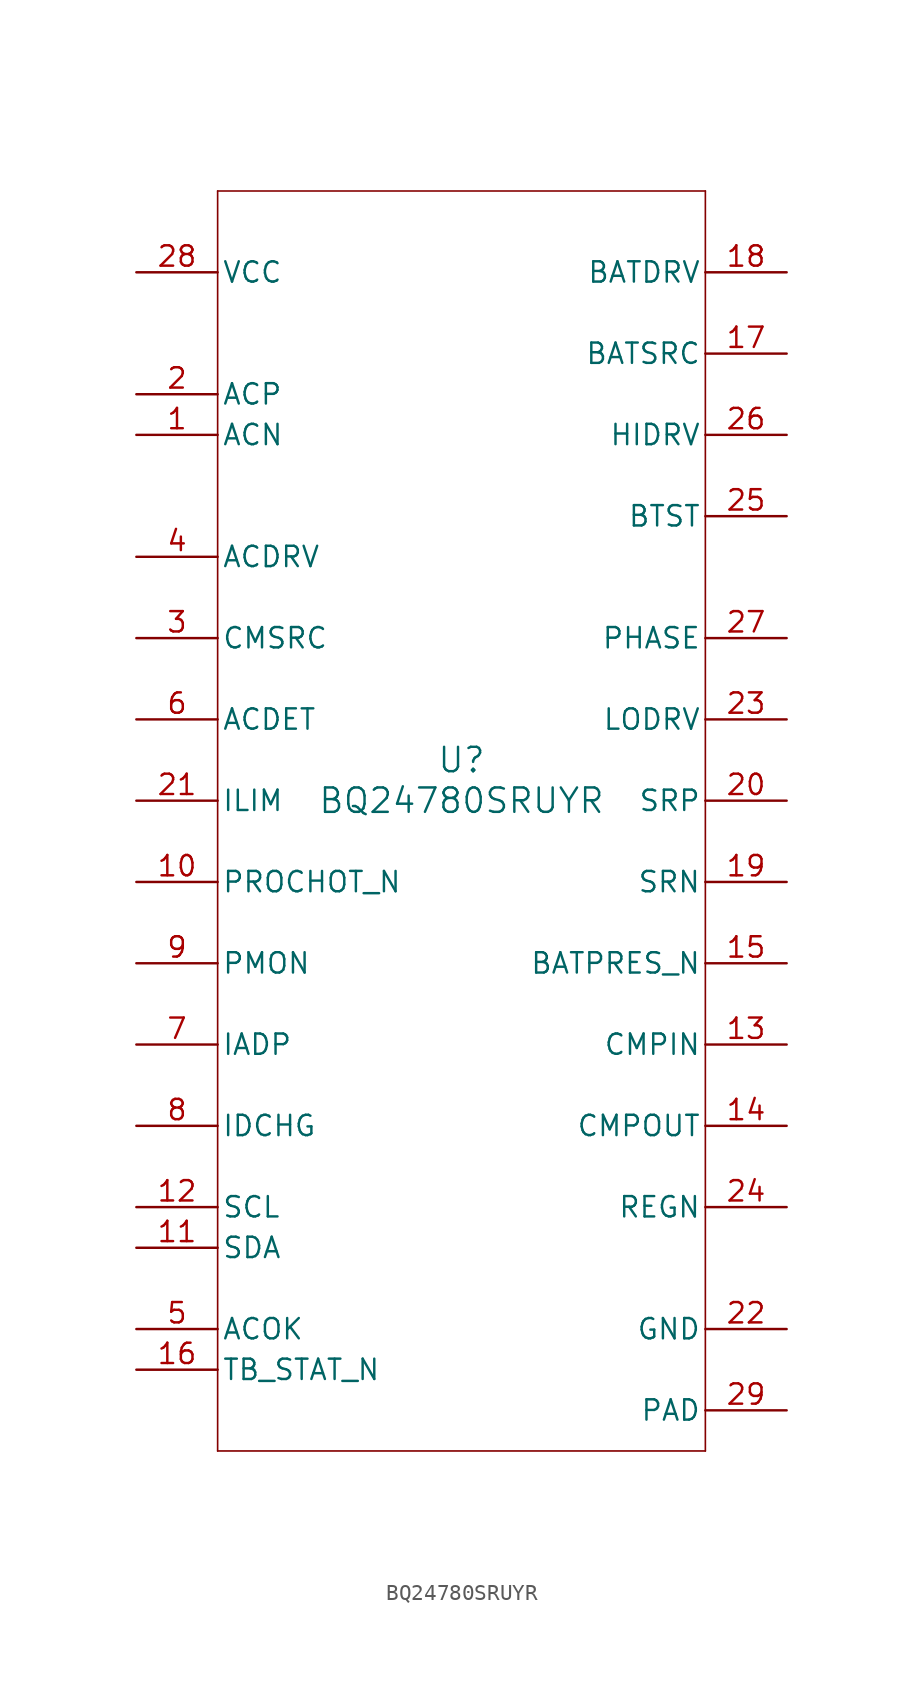
<source format=kicad_sym>
(kicad_symbol_lib
  (version 20241209)
  (generator "kicad_symbol_editor")
  (generator_version "9.0")
  (symbol "BQ24780SRUYR"
    (pin_names
      (offset 0.254))
    (property "Reference" "U"
      (at 0 2.54 0)
      (effects (font (size 1.524 1.524))))
    (property "Value" "BQ24780SRUYR"
      (at 0 0 0)
      (effects (font (size 1.524 1.524))))
    (property "ki_locked" ""
      (at 0 0 0)
      (effects (font (size 1.27 1.27))))
    (symbol "BQ24780SRUYR_0_1"
      (polyline (pts (xy -15.24 38.1) (xy -15.24 -40.64)) (stroke (width 0.102) (type default)) (fill (type none)))
      (polyline (pts (xy -15.24 -40.64) (xy 15.24 -40.64)) (stroke (width 0.102) (type default)) (fill (type none)))
      (polyline (pts (xy 15.24 38.1) (xy -15.24 38.1)) (stroke (width 0.102) (type default)) (fill (type none)))
      (polyline (pts (xy 15.24 -40.64) (xy 15.24 38.1)) (stroke (width 0.102) (type default)) (fill (type none)))
      (pin power_in line (at -20.32 33.02 0) (length 5.08) (name "VCC" (effects (font (size 1.27 1.27)))) (number "28" (effects (font (size 1.27 1.27)))))
      (pin input line (at -20.32 25.4 0) (length 5.08) (name "ACP" (effects (font (size 1.27 1.27)))) (number "2" (effects (font (size 1.27 1.27)))))
      (pin input line (at -20.32 22.86 0) (length 5.08) (name "ACN" (effects (font (size 1.27 1.27)))) (number "1" (effects (font (size 1.27 1.27)))))
      (pin output line (at -20.32 15.24 0) (length 5.08) (name "ACDRV" (effects (font (size 1.27 1.27)))) (number "4" (effects (font (size 1.27 1.27)))))
      (pin input line (at -20.32 10.16 0) (length 5.08) (name "CMSRC" (effects (font (size 1.27 1.27)))) (number "3" (effects (font (size 1.27 1.27)))))
      (pin input line (at -20.32 5.08 0) (length 5.08) (name "ACDET" (effects (font (size 1.27 1.27)))) (number "6" (effects (font (size 1.27 1.27)))))
      (pin input line (at -20.32 0 0) (length 5.08) (name "ILIM" (effects (font (size 1.27 1.27)))) (number "21" (effects (font (size 1.27 1.27)))))
      (pin output line (at -20.32 -5.08 0) (length 5.08) (name "PROCHOT_N" (effects (font (size 1.27 1.27)))) (number "10" (effects (font (size 1.27 1.27)))))
      (pin output line (at -20.32 -10.16 0) (length 5.08) (name "PMON" (effects (font (size 1.27 1.27)))) (number "9" (effects (font (size 1.27 1.27)))))
      (pin output line (at -20.32 -15.24 0) (length 5.08) (name "IADP" (effects (font (size 1.27 1.27)))) (number "7" (effects (font (size 1.27 1.27)))))
      (pin output line (at -20.32 -20.32 0) (length 5.08) (name "IDCHG" (effects (font (size 1.27 1.27)))) (number "8" (effects (font (size 1.27 1.27)))))
      (pin bidirectional line (at -20.32 -25.4 0) (length 5.08) (name "SCL" (effects (font (size 1.27 1.27)))) (number "12" (effects (font (size 1.27 1.27)))))
      (pin bidirectional line (at -20.32 -27.94 0) (length 5.08) (name "SDA" (effects (font (size 1.27 1.27)))) (number "11" (effects (font (size 1.27 1.27)))))
      (pin output line (at -20.32 -33.02 0) (length 5.08) (name "ACOK" (effects (font (size 1.27 1.27)))) (number "5" (effects (font (size 1.27 1.27)))))
      (pin input line (at -20.32 -35.56 0) (length 5.08) (name "TB_STAT_N" (effects (font (size 1.27 1.27)))) (number "16" (effects (font (size 1.27 1.27)))))
      (pin input line (at 20.32 33.02 180) (length 5.08) (name "BATDRV" (effects (font (size 1.27 1.27)))) (number "18" (effects (font (size 1.27 1.27)))))
      (pin output line (at 20.32 27.94 180) (length 5.08) (name "BATSRC" (effects (font (size 1.27 1.27)))) (number "17" (effects (font (size 1.27 1.27)))))
      (pin power_in line (at 20.32 22.86 180) (length 5.08) (name "HIDRV" (effects (font (size 1.27 1.27)))) (number "26" (effects (font (size 1.27 1.27)))))
      (pin power_in line (at 20.32 17.78 180) (length 5.08) (name "BTST" (effects (font (size 1.27 1.27)))) (number "25" (effects (font (size 1.27 1.27)))))
      (pin power_in line (at 20.32 10.16 180) (length 5.08) (name "PHASE" (effects (font (size 1.27 1.27)))) (number "27" (effects (font (size 1.27 1.27)))))
      (pin output line (at 20.32 5.08 180) (length 5.08) (name "LODRV" (effects (font (size 1.27 1.27)))) (number "23" (effects (font (size 1.27 1.27)))))
      (pin input line (at 20.32 0 180) (length 5.08) (name "SRP" (effects (font (size 1.27 1.27)))) (number "20" (effects (font (size 1.27 1.27)))))
      (pin input line (at 20.32 -5.08 180) (length 5.08) (name "SRN" (effects (font (size 1.27 1.27)))) (number "19" (effects (font (size 1.27 1.27)))))
      (pin input line (at 20.32 -10.16 180) (length 5.08) (name "BATPRES_N" (effects (font (size 1.27 1.27)))) (number "15" (effects (font (size 1.27 1.27)))))
      (pin input line (at 20.32 -15.24 180) (length 5.08) (name "CMPIN" (effects (font (size 1.27 1.27)))) (number "13" (effects (font (size 1.27 1.27)))))
      (pin output line (at 20.32 -20.32 180) (length 5.08) (name "CMPOUT" (effects (font (size 1.27 1.27)))) (number "14" (effects (font (size 1.27 1.27)))))
      (pin power_in line (at 20.32 -25.4 180) (length 5.08) (name "REGN" (effects (font (size 1.27 1.27)))) (number "24" (effects (font (size 1.27 1.27)))))
      (pin power_in line (at 20.32 -33.02 180) (length 5.08) (name "GND" (effects (font (size 1.27 1.27)))) (number "22" (effects (font (size 1.27 1.27)))))
      (pin power_in line (at 20.32 -38.1 180) (length 5.08) (name "PAD" (effects (font (size 1.27 1.27)))) (number "29" (effects (font (size 1.27 1.27))))))))
</source>
